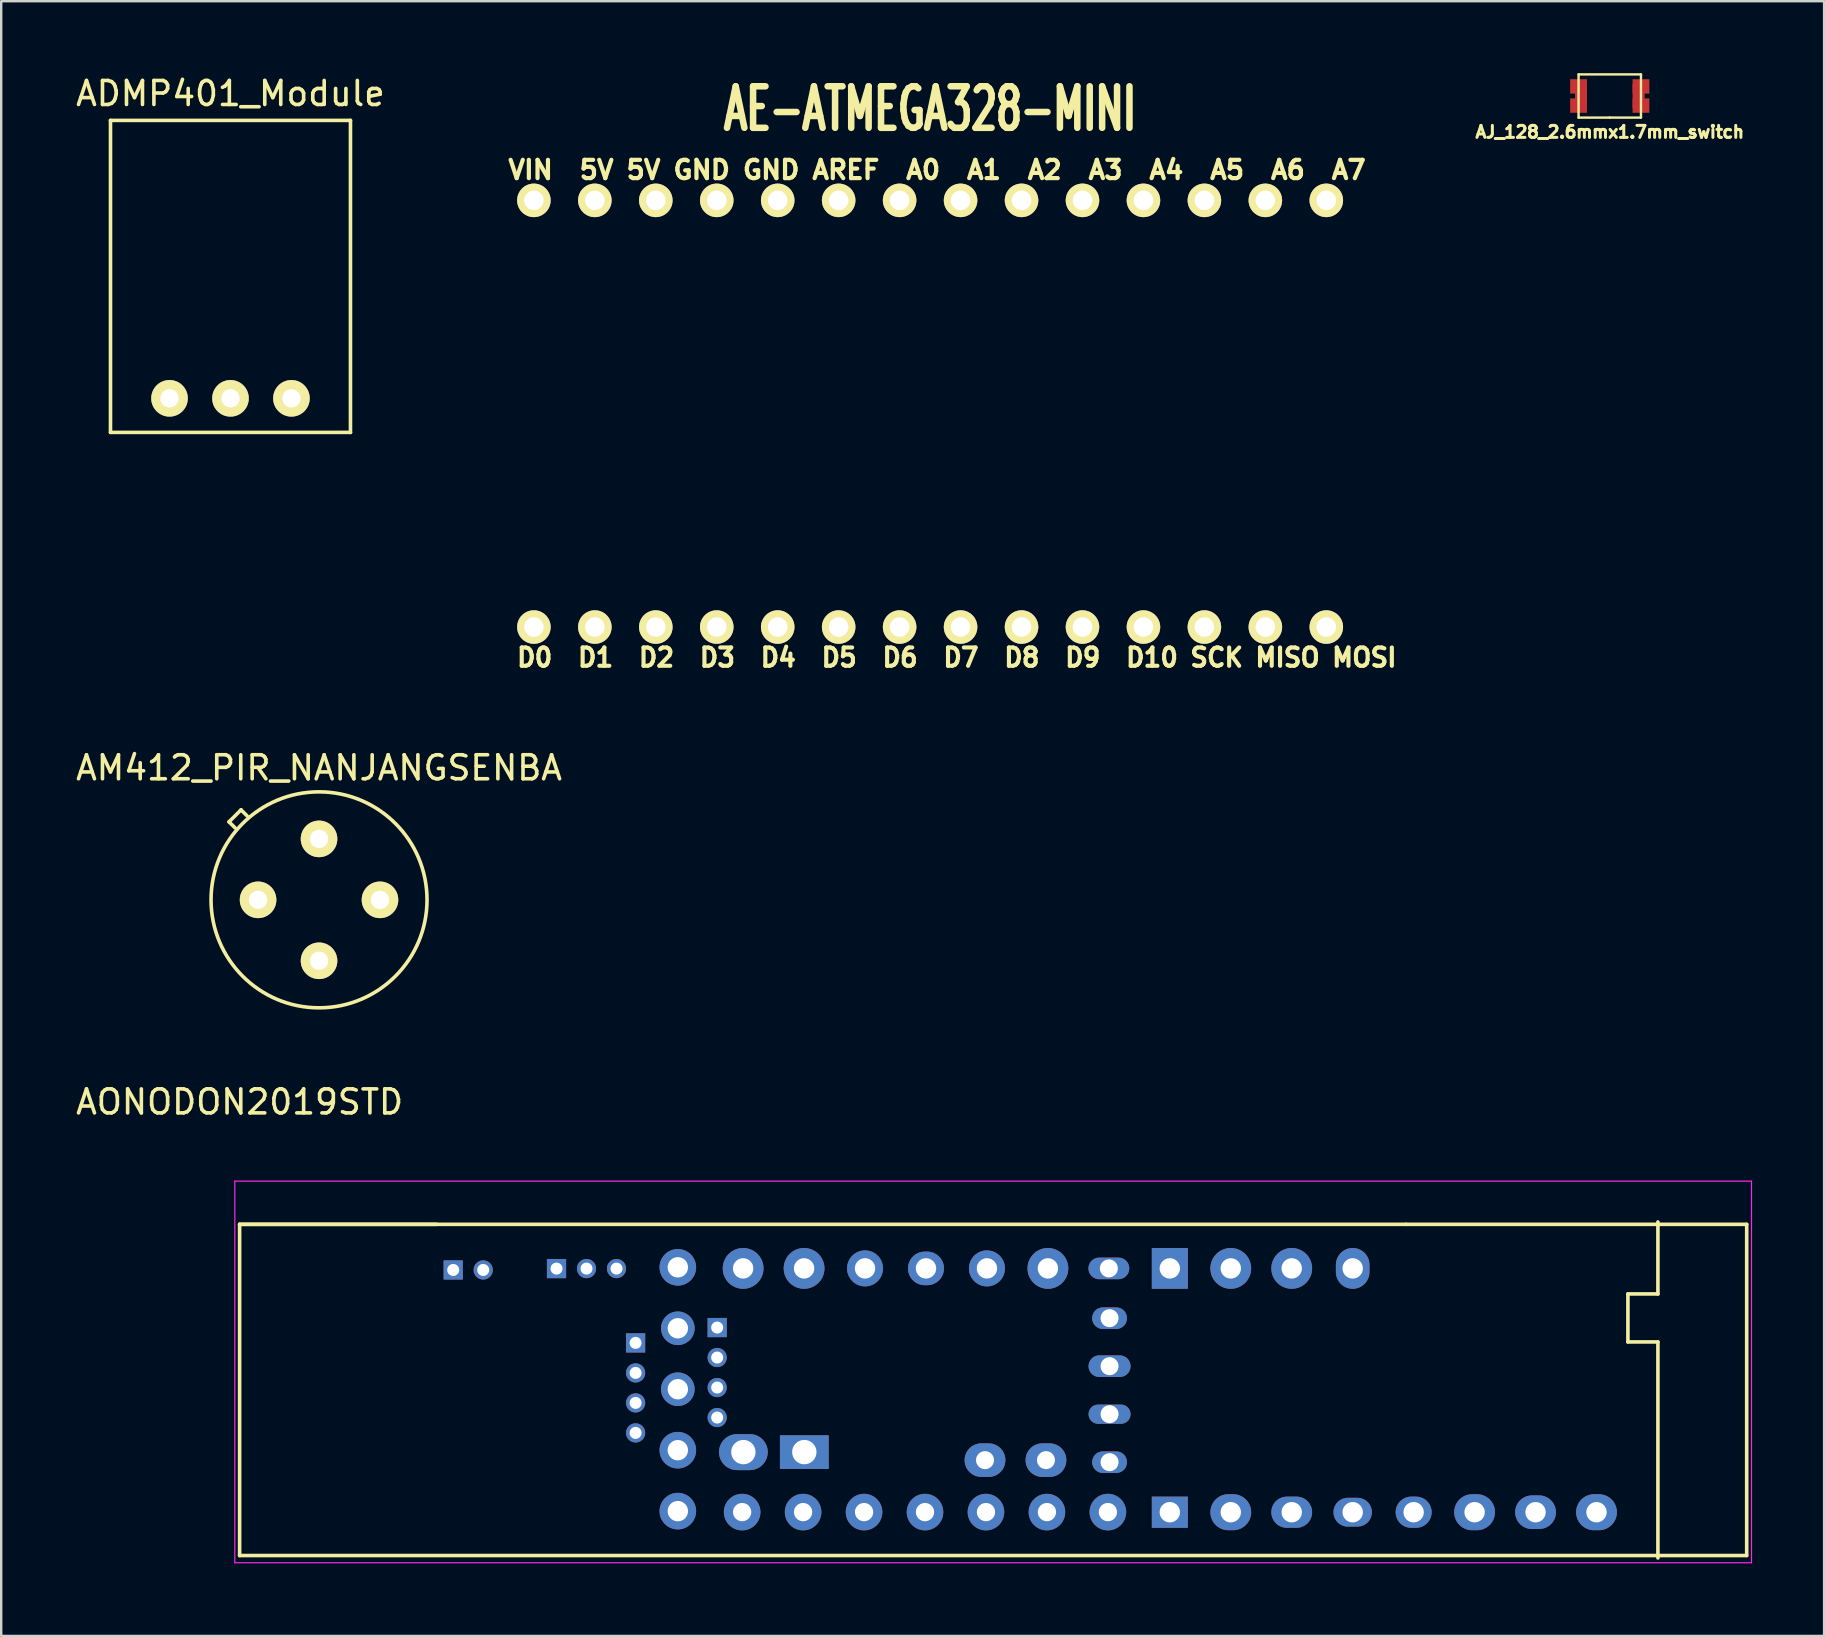
<source format=kicad_pcb>
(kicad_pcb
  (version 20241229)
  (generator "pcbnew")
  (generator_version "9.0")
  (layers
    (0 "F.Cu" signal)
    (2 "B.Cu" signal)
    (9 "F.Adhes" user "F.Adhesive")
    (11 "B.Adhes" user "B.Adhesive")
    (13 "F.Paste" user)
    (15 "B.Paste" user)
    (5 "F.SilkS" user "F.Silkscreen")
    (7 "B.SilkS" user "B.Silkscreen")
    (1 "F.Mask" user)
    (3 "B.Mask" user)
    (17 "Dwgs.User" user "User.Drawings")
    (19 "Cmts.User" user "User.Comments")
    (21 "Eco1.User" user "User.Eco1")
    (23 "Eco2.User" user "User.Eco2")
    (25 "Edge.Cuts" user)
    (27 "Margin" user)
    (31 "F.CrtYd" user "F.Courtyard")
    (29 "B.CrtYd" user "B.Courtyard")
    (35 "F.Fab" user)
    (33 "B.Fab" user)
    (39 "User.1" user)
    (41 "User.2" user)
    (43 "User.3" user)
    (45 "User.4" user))
  (footprint "ADMP401_Module"
    (layer "F.Cu")
    (at 6.554 8.468)
    (property "Reference" "ADMP401_Module" (at 0 -7.62 0) (layer "F.SilkS") (effects (font (size 1 1) (thickness 0.15))))
    (attr through_hole)
    (fp_line (start -5 -6.5) (end -5 6.5) (stroke (width 0.15) (type solid)) (layer "F.SilkS"))
    (fp_line (start -5 6.5) (end 5 6.5) (stroke (width 0.15) (type solid)) (layer "F.SilkS"))
    (fp_line (start 5 -6.5) (end -5 -6.5) (stroke (width 0.15) (type solid)) (layer "F.SilkS"))
    (fp_line (start 5 6.5) (end 5 -6.5) (stroke (width 0.15) (type solid)) (layer "F.SilkS"))
    (pad "1" thru_hole circle (at -2.54 5.08) (size 1.524 1.524) (drill 0.762) (layers "*.Cu" "*.Mask" "F.SilkS"))
    (pad "2" thru_hole circle (at 0 5.08) (size 1.524 1.524) (drill 0.762) (layers "*.Cu" "*.Mask" "F.SilkS"))
    (pad "3" thru_hole circle (at 2.54 5.08) (size 1.524 1.524) (drill 0.762) (layers "*.Cu" "*.Mask" "F.SilkS")))
  (footprint "AONODON2019STD"
    (layer "F.Cu")
    (at 69.685 61.869)
    (property "Reference" "AONODON2019STD" (at -62.75 -19 0) (layer "F.SilkS") (effects (font (size 1 1) (thickness 0.15))))
    (attr through_hole)
    (fp_line (start -62.75 -13.9) (end -62.75 -0.1) (stroke (width 0.15) (type solid)) (layer "F.SilkS"))
    (fp_line (start -62.75 -0.1) (end 0.05 -0.1) (stroke (width 0.15) (type solid)) (layer "F.SilkS"))
    (fp_line (start -54.55 -13.9) (end -62.75 -13.9) (stroke (width 0.15) (type solid)) (layer "F.SilkS"))
    (fp_line (start -14.15 -13.9) (end -62.75 -13.9) (stroke (width 0.15) (type solid)) (layer "F.SilkS"))
    (fp_line (start -4.9 -11) (end -4.9 -9) (stroke (width 0.15) (type solid)) (layer "F.SilkS"))
    (fp_line (start -4.9 -9) (end -3.65 -9) (stroke (width 0.15) (type solid)) (layer "F.SilkS"))
    (fp_line (start -3.65 -14) (end -3.65 -11) (stroke (width 0.15) (type solid)) (layer "F.SilkS"))
    (fp_line (start -3.65 -11) (end -4.9 -11) (stroke (width 0.15) (type solid)) (layer "F.SilkS"))
    (fp_line (start -3.65 -9) (end -3.65 0) (stroke (width 0.15) (type solid)) (layer "F.SilkS"))
    (fp_line (start 0.05 -13.9) (end -14.15 -13.9) (stroke (width 0.15) (type solid)) (layer "F.SilkS"))
    (fp_line (start 0.05 -0.1) (end 0.05 -13.9) (stroke (width 0.15) (type solid)) (layer "F.SilkS"))
    (fp_line (start -62.95 -15.7) (end -62.95 0.2) (stroke (width 0.05) (type solid)) (layer "F.CrtYd"))
    (fp_line (start -62.95 0.2) (end 0.25 0.2) (stroke (width 0.05) (type solid)) (layer "F.CrtYd"))
    (fp_line (start 0.25 -15.7) (end -62.95 -15.7) (stroke (width 0.05) (type solid)) (layer "F.CrtYd"))
    (fp_line (start 0.25 0.2) (end 0.25 -15.7) (stroke (width 0.05) (type solid)) (layer "F.CrtYd"))
    (pad "1" thru_hole oval (at -26.5 -3.99 270) (size 0.9 1.45) (drill 0.75) (layers "*.Cu" "*.Mask"))
    (pad "2" thru_hole oval (at -26.5 -5.99 270) (size 0.8 1.75) (drill 0.75) (layers "*.Cu" "*.Mask"))
    (pad "3" thru_hole oval (at -26.5 -7.99 270) (size 0.9 1.75) (drill 0.75) (layers "*.Cu" "*.Mask"))
    (pad "4" thru_hole oval (at -26.5 -9.99 270) (size 0.9 1.45) (drill 0.75) (layers "*.Cu" "*.Mask"))
    (pad "5" thru_hole oval (at -6.209 -1.905) (size 1.7 1.5) (drill 0.85) (layers "*.Cu" "*.Mask"))
    (pad "6" thru_hole oval (at -8.749 -1.905) (size 1.7 1.4) (drill 0.85) (layers "*.Cu" "*.Mask"))
    (pad "7" thru_hole oval (at -11.289 -1.905) (size 1.7 1.5) (drill 0.85) (layers "*.Cu" "*.Mask"))
    (pad "8" thru_hole oval (at -13.829 -1.905) (size 1.5 1.3) (drill 0.85) (layers "*.Cu" "*.Mask"))
    (pad "9" thru_hole oval (at -16.369 -1.905) (size 1.6 1.2) (drill 0.85) (layers "*.Cu" "*.Mask"))
    (pad "10" thru_hole oval (at -18.909 -1.905) (size 1.7 1.3) (drill 0.85) (layers "*.Cu" "*.Mask"))
    (pad "11" thru_hole oval (at -21.449 -1.905) (size 1.7 1.5) (drill 0.85) (layers "*.Cu" "*.Mask"))
    (pad "12" thru_hole rect (at -23.989 -1.905) (size 1.5 1.3) (drill 0.85) (layers "*.Cu" "*.Mask"))
    (pad "13" thru_hole circle (at -26.57 -1.91 90) (size 1.524 1.524) (drill 0.762) (layers "*.Cu" "*.Mask"))
    (pad "14" thru_hole circle (at -29.11 -1.91 90) (size 1.524 1.524) (drill 0.762) (layers "*.Cu" "*.Mask"))
    (pad "15" thru_hole circle (at -31.65 -1.91 90) (size 1.524 1.524) (drill 0.762) (layers "*.Cu" "*.Mask"))
    (pad "16" thru_hole circle (at -34.19 -1.91 90) (size 1.524 1.524) (drill 0.762) (layers "*.Cu" "*.Mask"))
    (pad "17" thru_hole circle (at -36.73 -1.91 90) (size 1.524 1.524) (drill 0.762) (layers "*.Cu" "*.Mask"))
    (pad "18" thru_hole circle (at -39.27 -1.91 90) (size 1.524 1.524) (drill 0.762) (layers "*.Cu" "*.Mask"))
    (pad "19" thru_hole circle (at -41.81 -1.91 90) (size 1.524 1.524) (drill 0.762) (layers "*.Cu" "*.Mask"))
    (pad "20" thru_hole circle (at -44.49 -1.95 180) (size 1.524 1.524) (drill 0.85) (layers "*.Cu" "*.Mask"))
    (pad "21" thru_hole circle (at -44.49 -4.49 180) (size 1.524 1.524) (drill 0.85) (layers "*.Cu" "*.Mask"))
    (pad "22" thru_hole circle (at -44.49 -7.03 180) (size 1.4 1.4) (drill 0.85) (layers "*.Cu" "*.Mask"))
    (pad "23" thru_hole circle (at -44.49 -9.57 180) (size 1.4 1.4) (drill 0.85) (layers "*.Cu" "*.Mask"))
    (pad "24" thru_hole circle (at -44.49 -12.11 180) (size 1.524 1.524) (drill 0.85) (layers "*.Cu" "*.Mask"))
    (pad "25" thru_hole circle (at -41.769 -12.065) (size 1.7 1.7) (drill 0.85) (layers "*.Cu" "*.Mask"))
    (pad "26" thru_hole circle (at -39.229 -12.065) (size 1.7 1.7) (drill 0.85) (layers "*.Cu" "*.Mask"))
    (pad "27" thru_hole circle (at -36.689 -12.065) (size 1.5 1.5) (drill 0.85) (layers "*.Cu" "*.Mask"))
    (pad "28" thru_hole oval (at -34.149 -12.065) (size 1.5 1.4) (drill 0.85) (layers "*.Cu" "*.Mask"))
    (pad "29" thru_hole circle (at -31.609 -12.065) (size 1.5 1.5) (drill 0.85) (layers "*.Cu" "*.Mask"))
    (pad "30" thru_hole circle (at -29.069 -12.065) (size 1.7 1.7) (drill 0.85) (layers "*.Cu" "*.Mask"))
    (pad "31" thru_hole oval (at -26.529 -12.065) (size 1.7 0.9) (drill 0.75) (layers "*.Cu" "*.Mask"))
    (pad "32" thru_hole rect (at -23.989 -12.065 90) (size 1.7 1.5) (drill 0.85) (layers "*.Cu" "*.Mask"))
    (pad "33" thru_hole circle (at -21.449 -12.065 90) (size 1.7 1.7) (drill 0.85) (layers "*.Cu" "*.Mask"))
    (pad "34" thru_hole circle (at -18.909 -12.065 90) (size 1.7 1.7) (drill 0.85) (layers "*.Cu" "*.Mask"))
    (pad "35" thru_hole oval (at -16.369 -12.065 90) (size 1.7 1.4) (drill 0.85) (layers "*.Cu" "*.Mask"))
    (pad "36" thru_hole oval (at -29.15 -4.075) (size 1.7 1.4) (drill 0.75) (layers "*.Cu" "*.Mask"))
    (pad "37" thru_hole oval (at -31.69 -4.075) (size 1.7 1.4) (drill 0.75) (layers "*.Cu" "*.Mask"))
    (pad "38" thru_hole rect (at -39.219 -4.41 270) (size 1.4 2.032) (drill 1.016) (layers "*.Cu" "*.Mask"))
    (pad "39" thru_hole oval (at -41.759 -4.41 270) (size 1.5 2.032) (drill 1.016) (layers "*.Cu" "*.Mask"))
    (pad "40" thru_hole rect (at -42.85 -9.6 270) (size 0.8 0.8) (drill 0.5) (layers "*.Cu" "*.Mask"))
    (pad "41" thru_hole circle (at -42.85 -8.35 270) (size 0.8 0.8) (drill 0.5) (layers "*.Cu" "*.Mask"))
    (pad "42" thru_hole circle (at -42.85 -7.1 270) (size 0.8 0.8) (drill 0.5) (layers "*.Cu" "*.Mask"))
    (pad "43" thru_hole circle (at -42.85 -5.85 270) (size 0.8 0.8) (drill 0.5) (layers "*.Cu" "*.Mask"))
    (pad "44" thru_hole rect (at -46.25 -8.96 270) (size 0.8 0.8) (drill 0.5) (layers "*.Cu" "*.Mask"))
    (pad "45" thru_hole circle (at -46.25 -7.71 270) (size 0.8 0.8) (drill 0.5) (layers "*.Cu" "*.Mask"))
    (pad "46" thru_hole circle (at -46.25 -6.46 270) (size 0.8 0.8) (drill 0.5) (layers "*.Cu" "*.Mask"))
    (pad "47" thru_hole circle (at -46.25 -5.21 270) (size 0.8 0.8) (drill 0.5) (layers "*.Cu" "*.Mask"))
    (pad "48" thru_hole rect (at -49.545 -12.057) (size 0.8 0.8) (drill 0.5) (layers "*.Cu" "*.Mask"))
    (pad "49" thru_hole circle (at -48.295 -12.057) (size 0.8 0.8) (drill 0.5) (layers "*.Cu" "*.Mask"))
    (pad "50" thru_hole circle (at -47.045 -12.057) (size 0.8 0.8) (drill 0.5) (layers "*.Cu" "*.Mask"))
    (pad "51" thru_hole rect (at -53.85 -12) (size 0.8 0.8) (drill 0.5) (layers "*.Cu" "*.Mask"))
    (pad "52" thru_hole circle (at -52.6 -12) (size 0.8 0.8) (drill 0.5) (layers "*.Cu" "*.Mask")))
  (footprint "AM412_PIR_NANJANGSENBA"
    (layer "F.Cu")
    (at 10.244 34.446)
    (property "Reference" "AM412_PIR_NANJANGSENBA" (at 0 -5.5 0) (layer "F.SilkS") (effects (font (size 1 1) (thickness 0.15))))
    (attr through_hole)
    (fp_line (start -3.75 -3.25) (end -3.25 -3.75) (stroke (width 0.15) (type solid)) (layer "F.SilkS"))
    (fp_line (start -3.5 -3) (end -3.75 -3.25) (stroke (width 0.15) (type solid)) (layer "F.SilkS"))
    (fp_line (start -3.25 -3.75) (end -3 -3.5) (stroke (width 0.15) (type solid)) (layer "F.SilkS"))
    (fp_circle (center 0 0) (end 4.5 0) (stroke (width 0.15) (type solid)) (fill no) (layer "F.SilkS"))
    (pad "1" thru_hole circle (at 0 -2.54) (size 1.524 1.524) (drill 0.762) (layers "*.Cu" "*.Mask" "F.SilkS"))
    (pad "2" thru_hole circle (at -2.54 0) (size 1.524 1.524) (drill 0.762) (layers "*.Cu" "*.Mask" "F.SilkS"))
    (pad "3" thru_hole circle (at 0 2.54) (size 1.524 1.524) (drill 0.762) (layers "*.Cu" "*.Mask" "F.SilkS"))
    (pad "4" thru_hole circle (at 2.54 0) (size 1.524 1.524) (drill 0.762) (layers "*.Cu" "*.Mask" "F.SilkS")))
  (footprint "AJ_128_2.6mmx1.7mm_switch"
    (layer "F.Cu")
    (at 64.029 0.95)
    (property "Reference" "AJ_128_2.6mmx1.7mm_switch" (at 0 1.5 0) (layer "F.SilkS") (effects (font (size 0.5 0.5) (thickness 0.125))))
    (attr through_hole)
    (fp_line (start -1.3 -0.9) (end 1.3 -0.9) (stroke (width 0.1) (type solid)) (layer "F.SilkS"))
    (fp_line (start -1.3 0.9) (end -1.3 -0.9) (stroke (width 0.1) (type solid)) (layer "F.SilkS"))
    (fp_line (start 0 0.9) (end -1.3 0.9) (stroke (width 0.1) (type solid)) (layer "F.SilkS"))
    (fp_line (start 1.3 -0.9) (end 1.3 0.9) (stroke (width 0.1) (type solid)) (layer "F.SilkS"))
    (fp_line (start 1.3 0.9) (end 0 0.9) (stroke (width 0.1) (type solid)) (layer "F.SilkS"))
    (pad "1" smd rect (at -1.3 -0.4) (size 0.7 0.6) (layers "F.Cu" "F.Mask" "F.Paste"))
    (pad "1" smd rect (at -1.3 0.4) (size 0.7 0.6) (layers "F.Cu" "F.Mask" "F.Paste"))
    (pad "1" connect rect (at -1.2 0) (size 0.5 1) (layers "F.Cu" "F.Mask"))
    (pad "2" smd rect (at 1.2 0) (size 0.5 1) (layers "F.Cu" "F.Mask" "F.Paste"))
    (pad "2" smd rect (at 1.3 -0.4) (size 0.7 0.6) (layers "F.Cu" "F.Mask" "F.Paste"))
    (pad "2" smd rect (at 1.3 0.4) (size 0.7 0.6) (layers "F.Cu" "F.Mask" "F.Paste")))
  (footprint "AE-ATMEGA328-MINI"
    (layer "F.Cu")
    (at 35.707 14.189)
    (property "Reference" "AE-ATMEGA328-MINI" (at 0 -12.7 0) (layer "F.SilkS") (effects (font (size 1.73 1.087) (thickness 0.272))))
    (attr through_hole)
    (fp_text user " VIN  5V 5V GND GND AREF  A0  A1  A2  A3  A4  A5  A6  A7" (at 0 -10.16 0) (layer "F.SilkS") (effects (font (size 0.762 0.76) (thickness 0.175))))
    (fp_text user "    D0  D1  D2  D3  D4  D5  D6  D7  D8  D9  D10 SCK MISO MOSI" (at 0 10.16 0) (layer "F.SilkS") (effects (font (size 0.762 0.73) (thickness 0.172))))
    (pad "5V" thru_hole circle (at -13.97 -8.89) (size 1.397 1.397) (drill 0.813) (layers "*.Cu" "*.Mask" "F.SilkS"))
    (pad "5V" thru_hole circle (at -11.43 -8.89) (size 1.397 1.397) (drill 0.813) (layers "*.Cu" "*.Mask" "F.SilkS"))
    (pad "AD0" thru_hole circle (at -1.27 -8.89) (size 1.397 1.397) (drill 0.813) (layers "*.Cu" "*.Mask" "F.SilkS"))
    (pad "AD1" thru_hole circle (at 1.27 -8.89) (size 1.397 1.397) (drill 0.813) (layers "*.Cu" "*.Mask" "F.SilkS"))
    (pad "AD2" thru_hole circle (at 3.81 -8.89) (size 1.397 1.397) (drill 0.813) (layers "*.Cu" "*.Mask" "F.SilkS"))
    (pad "AD3" thru_hole circle (at 6.35 -8.89) (size 1.397 1.397) (drill 0.813) (layers "*.Cu" "*.Mask" "F.SilkS"))
    (pad "AD4" thru_hole circle (at 8.89 -8.89) (size 1.397 1.397) (drill 0.813) (layers "*.Cu" "*.Mask" "F.SilkS"))
    (pad "AD5" thru_hole circle (at 11.43 -8.89) (size 1.397 1.397) (drill 0.813) (layers "*.Cu" "*.Mask" "F.SilkS"))
    (pad "AD6" thru_hole circle (at 13.97 -8.89) (size 1.397 1.397) (drill 0.813) (layers "*.Cu" "*.Mask" "F.SilkS"))
    (pad "AD7" thru_hole circle (at 16.51 -8.89) (size 1.397 1.397) (drill 0.813) (layers "*.Cu" "*.Mask" "F.SilkS"))
    (pad "AREF" thru_hole circle (at -3.81 -8.89) (size 1.397 1.397) (drill 0.813) (layers "*.Cu" "*.Mask" "F.SilkS"))
    (pad "GND" thru_hole circle (at -8.89 -8.89) (size 1.397 1.397) (drill 0.813) (layers "*.Cu" "*.Mask" "F.SilkS"))
    (pad "GND" thru_hole circle (at -6.35 -8.89) (size 1.397 1.397) (drill 0.813) (layers "*.Cu" "*.Mask" "F.SilkS"))
    (pad "IO0" thru_hole circle (at -16.51 8.89) (size 1.397 1.397) (drill 0.813) (layers "*.Cu" "*.Mask" "F.SilkS"))
    (pad "IO1" thru_hole circle (at -13.97 8.89) (size 1.397 1.397) (drill 0.813) (layers "*.Cu" "*.Mask" "F.SilkS"))
    (pad "IO2" thru_hole circle (at -11.43 8.89) (size 1.397 1.397) (drill 0.813) (layers "*.Cu" "*.Mask" "F.SilkS"))
    (pad "IO3" thru_hole circle (at -8.89 8.89) (size 1.397 1.397) (drill 0.813) (layers "*.Cu" "*.Mask" "F.SilkS"))
    (pad "IO4" thru_hole circle (at -6.35 8.89) (size 1.397 1.397) (drill 0.813) (layers "*.Cu" "*.Mask" "F.SilkS"))
    (pad "IO5" thru_hole circle (at -3.81 8.89) (size 1.397 1.397) (drill 0.813) (layers "*.Cu" "*.Mask" "F.SilkS"))
    (pad "IO6" thru_hole circle (at -1.27 8.89) (size 1.397 1.397) (drill 0.813) (layers "*.Cu" "*.Mask" "F.SilkS"))
    (pad "IO7" thru_hole circle (at 1.27 8.89) (size 1.397 1.397) (drill 0.813) (layers "*.Cu" "*.Mask" "F.SilkS"))
    (pad "IO8" thru_hole circle (at 3.81 8.89) (size 1.397 1.397) (drill 0.813) (layers "*.Cu" "*.Mask" "F.SilkS"))
    (pad "IO9" thru_hole circle (at 6.35 8.89) (size 1.397 1.397) (drill 0.813) (layers "*.Cu" "*.Mask" "F.SilkS"))
    (pad "IO10" thru_hole circle (at 8.89 8.89) (size 1.397 1.397) (drill 0.813) (layers "*.Cu" "*.Mask" "F.SilkS"))
    (pad "MISO" thru_hole circle (at 13.97 8.89) (size 1.397 1.397) (drill 0.813) (layers "*.Cu" "*.Mask" "F.SilkS"))
    (pad "MOSI" thru_hole circle (at 16.51 8.89) (size 1.397 1.397) (drill 0.813) (layers "*.Cu" "*.Mask" "F.SilkS"))
    (pad "SCK" thru_hole circle (at 11.43 8.89) (size 1.397 1.397) (drill 0.813) (layers "*.Cu" "*.Mask" "F.SilkS"))
    (pad "VIN" thru_hole circle (at -16.51 -8.89) (size 1.397 1.397) (drill 0.813) (layers "*.Cu" "*.Mask" "F.SilkS")))
  (gr_rect
    (start -3 -3)
    (end 72.96 65.119)
    (stroke (width 0.1) (type default))
    (fill no)
    (layer "Edge.Cuts")))
</source>
